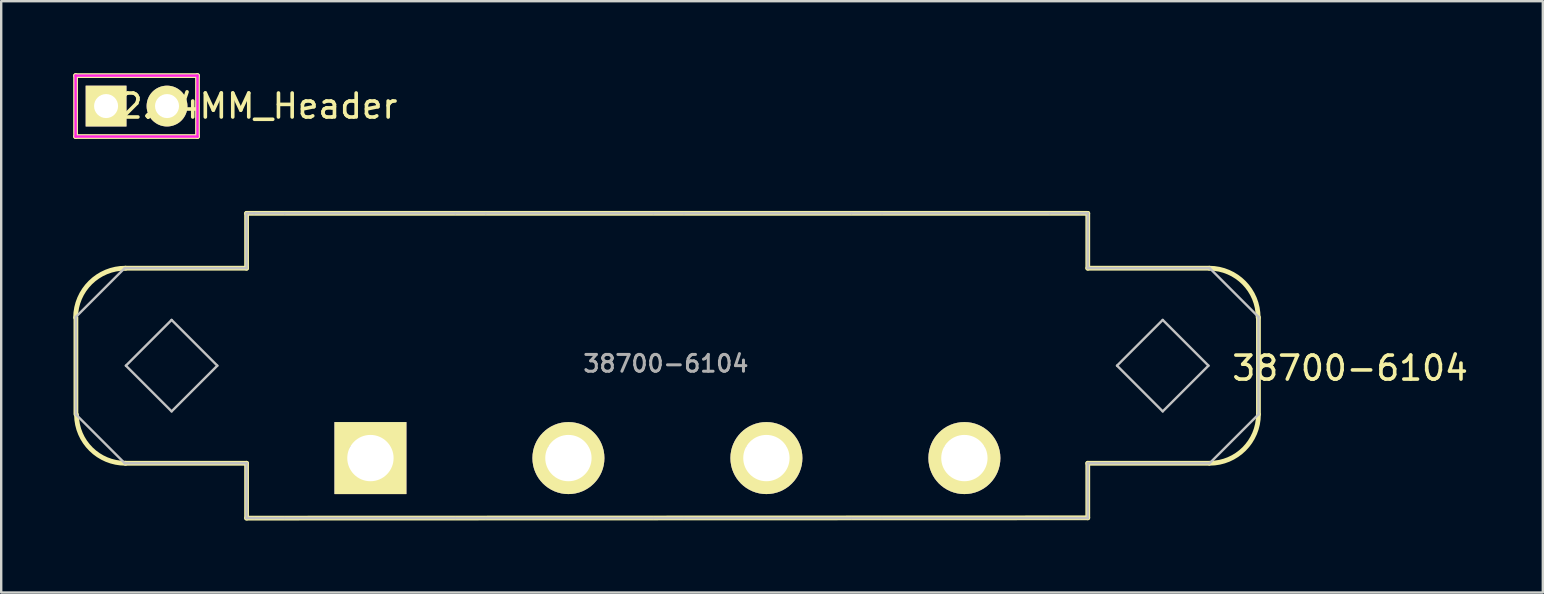
<source format=kicad_pcb>
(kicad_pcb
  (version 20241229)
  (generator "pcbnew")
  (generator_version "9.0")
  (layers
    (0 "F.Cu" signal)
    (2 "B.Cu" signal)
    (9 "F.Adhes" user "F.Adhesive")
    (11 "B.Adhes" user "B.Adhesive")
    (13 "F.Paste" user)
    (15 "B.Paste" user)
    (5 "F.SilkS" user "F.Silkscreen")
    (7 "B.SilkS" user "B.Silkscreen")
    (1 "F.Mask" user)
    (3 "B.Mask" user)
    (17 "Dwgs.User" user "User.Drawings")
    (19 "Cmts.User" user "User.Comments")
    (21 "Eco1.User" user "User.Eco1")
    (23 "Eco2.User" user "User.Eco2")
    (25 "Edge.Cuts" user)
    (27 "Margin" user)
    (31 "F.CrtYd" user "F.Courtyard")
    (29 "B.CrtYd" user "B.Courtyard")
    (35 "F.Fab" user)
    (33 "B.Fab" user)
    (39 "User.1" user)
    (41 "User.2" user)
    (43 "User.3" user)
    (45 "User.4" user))
  (footprint "2.54MM_Header"
    (layer "F.Cu")
    (at 2.64 1.37)
    (property "Reference" "2.54MM_Header" (at 5.08 0 0) (layer "F.SilkS") (effects (font (size 1 1) (thickness 0.15))))
    (attr through_hole)
    (fp_line (start -2.54 -1.27) (end 2.54 -1.27) (stroke (width 0.2) (type solid)) (layer "F.SilkS"))
    (fp_line (start -2.54 1.27) (end -2.54 -1.27) (stroke (width 0.2) (type solid)) (layer "F.SilkS"))
    (fp_line (start 2.54 -1.27) (end 2.54 1.27) (stroke (width 0.2) (type solid)) (layer "F.SilkS"))
    (fp_line (start 2.54 1.27) (end -2.54 1.27) (stroke (width 0.2) (type solid)) (layer "F.SilkS"))
    (fp_line (start -2.54 -1.27) (end 2.54 -1.27) (stroke (width 0.1) (type solid)) (layer "F.CrtYd"))
    (fp_line (start -2.54 1.27) (end -2.54 -1.27) (stroke (width 0.1) (type solid)) (layer "F.CrtYd"))
    (fp_line (start 2.54 -1.27) (end 2.54 1.27) (stroke (width 0.1) (type solid)) (layer "F.CrtYd"))
    (fp_line (start 2.54 1.27) (end -2.54 1.27) (stroke (width 0.1) (type solid)) (layer "F.CrtYd"))
    (pad "1" thru_hole rect (at -1.27 0) (size 1.7 1.7) (drill 1) (layers "*.Cu" "*.Mask" "F.SilkS"))
    (pad "2" thru_hole circle (at 1.27 0) (size 1.7 1.7) (drill 1) (layers "*.Cu" "*.Mask" "F.SilkS")))
  (footprint "38700-6104"
    (layer "F.Cu")
    (at 24.761 16.038)
    (property "Reference" "38700-6104" (at 28.448 -3.747 0) (layer "F.SilkS") (effects (font (size 1 1) (thickness 0.15))))
    (attr through_hole)
    (fp_line (start -24.648 -5.855) (end -24.648 -1.829) (stroke (width 0.2) (type solid)) (layer "F.SilkS"))
    (fp_line (start -22.591 0.216) (end -17.536 0.216) (stroke (width 0.2) (type solid)) (layer "F.SilkS"))
    (fp_line (start -17.536 -10.198) (end -17.536 -7.912) (stroke (width 0.2) (type solid)) (layer "F.SilkS"))
    (fp_line (start -17.536 -7.912) (end -22.591 -7.912) (stroke (width 0.2) (type solid)) (layer "F.SilkS"))
    (fp_line (start -17.536 0.216) (end -17.536 2.502) (stroke (width 0.2) (type solid)) (layer "F.SilkS"))
    (fp_line (start -17.536 2.502) (end 17.516 2.489) (stroke (width 0.2) (type solid)) (layer "F.SilkS"))
    (fp_line (start 17.516 -10.198) (end -17.536 -10.198) (stroke (width 0.2) (type solid)) (layer "F.SilkS"))
    (fp_line (start 17.516 -10.198) (end 17.516 -7.912) (stroke (width 0.2) (type solid)) (layer "F.SilkS"))
    (fp_line (start 17.516 -7.912) (end 22.57 -7.912) (stroke (width 0.2) (type solid)) (layer "F.SilkS"))
    (fp_line (start 17.516 0.216) (end 22.57 0.216) (stroke (width 0.2) (type solid)) (layer "F.SilkS"))
    (fp_line (start 17.516 2.489) (end 17.516 0.216) (stroke (width 0.2) (type solid)) (layer "F.SilkS"))
    (fp_line (start 24.628 -5.867) (end 24.628 -1.829) (stroke (width 0.2) (type solid)) (layer "F.SilkS"))
    (fp_arc (start -24.6609 -5.8547) (mid -24.045601 -7.314762) (end -22.5781 -7.9121) (stroke (width 0.2) (type solid)) (layer "F.SilkS"))
    (fp_arc (start -22.5781 0.2159) (mid -24.018661 -0.370279) (end -24.6228 -1.8034) (stroke (width 0.2) (type solid)) (layer "F.SilkS"))
    (fp_arc (start 22.5831 -7.9121) (mid 24.025201 -7.304241) (end 24.6151 -5.8547) (stroke (width 0.2) (type solid)) (layer "F.SilkS"))
    (fp_arc (start 24.6278 -1.8161) (mid 24.032641 -0.379259) (end 22.5958 0.2159) (stroke (width 0.2) (type solid)) (layer "F.SilkS"))
    (fp_line (start -24.648 -5.883) (end -24.648 -1.819) (stroke (width 0.1) (type solid)) (layer "Dwgs.User"))
    (fp_line (start -24.648 -5.883) (end -22.616 -7.915) (stroke (width 0.1) (type solid)) (layer "Dwgs.User"))
    (fp_line (start -22.616 0.213) (end -24.648 -1.819) (stroke (width 0.1) (type solid)) (layer "Dwgs.User"))
    (fp_line (start -22.616 0.213) (end -17.536 0.213) (stroke (width 0.1) (type solid)) (layer "Dwgs.User"))
    (fp_line (start -22.565 -3.851) (end -20.66 -5.756) (stroke (width 0.1) (type solid)) (layer "Dwgs.User"))
    (fp_line (start -20.66 -5.756) (end -18.755 -3.851) (stroke (width 0.1) (type solid)) (layer "Dwgs.User"))
    (fp_line (start -20.66 -1.946) (end -22.565 -3.851) (stroke (width 0.1) (type solid)) (layer "Dwgs.User"))
    (fp_line (start -18.755 -3.851) (end -20.66 -1.946) (stroke (width 0.1) (type solid)) (layer "Dwgs.User"))
    (fp_line (start -17.536 -10.201) (end -17.536 -7.915) (stroke (width 0.1) (type solid)) (layer "Dwgs.User"))
    (fp_line (start -17.536 -7.915) (end -22.616 -7.915) (stroke (width 0.1) (type solid)) (layer "Dwgs.User"))
    (fp_line (start -17.536 2.499) (end -17.536 0.213) (stroke (width 0.1) (type solid)) (layer "Dwgs.User"))
    (fp_line (start -17.536 2.499) (end -17.219 2.499) (stroke (width 0.1) (type solid)) (layer "Dwgs.User"))
    (fp_line (start -17.219 -10.201) (end -17.536 -10.201) (stroke (width 0.1) (type solid)) (layer "Dwgs.User"))
    (fp_line (start -17.219 2.499) (end -15.949 2.499) (stroke (width 0.1) (type solid)) (layer "Dwgs.User"))
    (fp_line (start -15.949 -10.201) (end -17.219 -10.201) (stroke (width 0.1) (type solid)) (layer "Dwgs.User"))
    (fp_line (start -15.949 2.499) (end -8.837 2.499) (stroke (width 0.1) (type solid)) (layer "Dwgs.User"))
    (fp_line (start -13.18 -0.447) (end -13.18 0.366) (stroke (width 0.1) (type solid)) (layer "Dwgs.User"))
    (fp_line (start -13.18 -0.447) (end -13.18 0.366) (stroke (width 0.1) (type solid)) (layer "Dwgs.User"))
    (fp_line (start -13.18 -0.447) (end -12.672 -0.447) (stroke (width 0.1) (type solid)) (layer "Dwgs.User"))
    (fp_line (start -12.672 -0.447) (end -12.672 0.366) (stroke (width 0.1) (type solid)) (layer "Dwgs.User"))
    (fp_line (start -12.672 0.366) (end -13.18 0.366) (stroke (width 0.1) (type solid)) (layer "Dwgs.User"))
    (fp_line (start -12.672 0.366) (end -12.113 0.366) (stroke (width 0.1) (type solid)) (layer "Dwgs.User"))
    (fp_line (start -12.113 -0.447) (end -12.672 -0.447) (stroke (width 0.1) (type solid)) (layer "Dwgs.User"))
    (fp_line (start -12.113 -0.447) (end -11.605 -0.447) (stroke (width 0.1) (type solid)) (layer "Dwgs.User"))
    (fp_line (start -12.113 0.366) (end -12.113 -0.447) (stroke (width 0.1) (type solid)) (layer "Dwgs.User"))
    (fp_line (start -11.605 -0.447) (end -13.18 -0.447) (stroke (width 0.1) (type solid)) (layer "Dwgs.User"))
    (fp_line (start -11.605 0.366) (end -12.113 0.366) (stroke (width 0.1) (type solid)) (layer "Dwgs.User"))
    (fp_line (start -11.605 0.366) (end -11.605 -0.447) (stroke (width 0.1) (type solid)) (layer "Dwgs.User"))
    (fp_line (start -11.605 0.366) (end -11.605 -0.447) (stroke (width 0.1) (type solid)) (layer "Dwgs.User"))
    (fp_line (start -8.837 -10.201) (end -15.949 -10.201) (stroke (width 0.1) (type solid)) (layer "Dwgs.User"))
    (fp_line (start -8.837 -10.201) (end -7.567 -10.201) (stroke (width 0.1) (type solid)) (layer "Dwgs.User"))
    (fp_line (start -7.567 2.499) (end -8.837 2.499) (stroke (width 0.1) (type solid)) (layer "Dwgs.User"))
    (fp_line (start -7.567 2.499) (end -0.582 2.499) (stroke (width 0.1) (type solid)) (layer "Dwgs.User"))
    (fp_line (start -4.925 -0.447) (end -4.925 0.366) (stroke (width 0.1) (type solid)) (layer "Dwgs.User"))
    (fp_line (start -4.925 -0.447) (end -4.417 -0.447) (stroke (width 0.1) (type solid)) (layer "Dwgs.User"))
    (fp_line (start -4.417 -0.447) (end -4.417 0.366) (stroke (width 0.1) (type solid)) (layer "Dwgs.User"))
    (fp_line (start -4.417 0.366) (end -4.925 0.366) (stroke (width 0.1) (type solid)) (layer "Dwgs.User"))
    (fp_line (start -4.417 0.366) (end -3.858 0.366) (stroke (width 0.1) (type solid)) (layer "Dwgs.User"))
    (fp_line (start -3.858 -0.447) (end -4.417 -0.447) (stroke (width 0.1) (type solid)) (layer "Dwgs.User"))
    (fp_line (start -3.858 -0.447) (end -3.35 -0.447) (stroke (width 0.1) (type solid)) (layer "Dwgs.User"))
    (fp_line (start -3.858 0.366) (end -3.858 -0.447) (stroke (width 0.1) (type solid)) (layer "Dwgs.User"))
    (fp_line (start -3.35 -0.447) (end -4.925 -0.447) (stroke (width 0.1) (type solid)) (layer "Dwgs.User"))
    (fp_line (start -3.35 0.366) (end -3.858 0.366) (stroke (width 0.1) (type solid)) (layer "Dwgs.User"))
    (fp_line (start -3.35 0.366) (end -3.35 -0.447) (stroke (width 0.1) (type solid)) (layer "Dwgs.User"))
    (fp_line (start -0.582 -10.201) (end -7.567 -10.201) (stroke (width 0.1) (type solid)) (layer "Dwgs.User"))
    (fp_line (start -0.582 -10.201) (end 0.688 -10.201) (stroke (width 0.1) (type solid)) (layer "Dwgs.User"))
    (fp_line (start 0.688 2.499) (end -0.582 2.499) (stroke (width 0.1) (type solid)) (layer "Dwgs.User"))
    (fp_line (start 0.688 2.499) (end 7.673 2.499) (stroke (width 0.1) (type solid)) (layer "Dwgs.User"))
    (fp_line (start 3.33 -0.447) (end 3.33 0.366) (stroke (width 0.1) (type solid)) (layer "Dwgs.User"))
    (fp_line (start 3.33 -0.447) (end 3.838 -0.447) (stroke (width 0.1) (type solid)) (layer "Dwgs.User"))
    (fp_line (start 3.838 -0.447) (end 3.838 0.366) (stroke (width 0.1) (type solid)) (layer "Dwgs.User"))
    (fp_line (start 3.838 0.366) (end 3.33 0.366) (stroke (width 0.1) (type solid)) (layer "Dwgs.User"))
    (fp_line (start 3.838 0.366) (end 4.397 0.366) (stroke (width 0.1) (type solid)) (layer "Dwgs.User"))
    (fp_line (start 4.397 -0.447) (end 3.838 -0.447) (stroke (width 0.1) (type solid)) (layer "Dwgs.User"))
    (fp_line (start 4.397 -0.447) (end 4.905 -0.447) (stroke (width 0.1) (type solid)) (layer "Dwgs.User"))
    (fp_line (start 4.397 0.366) (end 4.397 -0.447) (stroke (width 0.1) (type solid)) (layer "Dwgs.User"))
    (fp_line (start 4.905 -0.447) (end 3.33 -0.447) (stroke (width 0.1) (type solid)) (layer "Dwgs.User"))
    (fp_line (start 4.905 0.366) (end 4.397 0.366) (stroke (width 0.1) (type solid)) (layer "Dwgs.User"))
    (fp_line (start 4.905 0.366) (end 4.905 -0.447) (stroke (width 0.1) (type solid)) (layer "Dwgs.User"))
    (fp_line (start 7.673 -10.201) (end 0.688 -10.201) (stroke (width 0.1) (type solid)) (layer "Dwgs.User"))
    (fp_line (start 7.673 -10.201) (end 8.943 -10.201) (stroke (width 0.1) (type solid)) (layer "Dwgs.User"))
    (fp_line (start 8.943 2.499) (end 7.673 2.499) (stroke (width 0.1) (type solid)) (layer "Dwgs.User"))
    (fp_line (start 8.943 2.499) (end 15.928 2.499) (stroke (width 0.1) (type solid)) (layer "Dwgs.User"))
    (fp_line (start 11.585 -0.447) (end 11.585 0.366) (stroke (width 0.1) (type solid)) (layer "Dwgs.User"))
    (fp_line (start 11.585 -0.447) (end 11.585 0.366) (stroke (width 0.1) (type solid)) (layer "Dwgs.User"))
    (fp_line (start 11.585 -0.447) (end 12.093 -0.447) (stroke (width 0.1) (type solid)) (layer "Dwgs.User"))
    (fp_line (start 12.093 -0.447) (end 12.093 0.366) (stroke (width 0.1) (type solid)) (layer "Dwgs.User"))
    (fp_line (start 12.093 0.366) (end 11.585 0.366) (stroke (width 0.1) (type solid)) (layer "Dwgs.User"))
    (fp_line (start 12.093 0.366) (end 12.652 0.366) (stroke (width 0.1) (type solid)) (layer "Dwgs.User"))
    (fp_line (start 12.652 -0.447) (end 12.093 -0.447) (stroke (width 0.1) (type solid)) (layer "Dwgs.User"))
    (fp_line (start 12.652 -0.447) (end 13.16 -0.447) (stroke (width 0.1) (type solid)) (layer "Dwgs.User"))
    (fp_line (start 12.652 0.366) (end 12.652 -0.447) (stroke (width 0.1) (type solid)) (layer "Dwgs.User"))
    (fp_line (start 13.16 -0.447) (end 11.585 -0.447) (stroke (width 0.1) (type solid)) (layer "Dwgs.User"))
    (fp_line (start 13.16 0.366) (end 12.652 0.366) (stroke (width 0.1) (type solid)) (layer "Dwgs.User"))
    (fp_line (start 13.16 0.366) (end 13.16 -0.447) (stroke (width 0.1) (type solid)) (layer "Dwgs.User"))
    (fp_line (start 13.16 0.366) (end 13.16 -0.447) (stroke (width 0.1) (type solid)) (layer "Dwgs.User"))
    (fp_line (start 15.928 -10.201) (end 8.943 -10.201) (stroke (width 0.1) (type solid)) (layer "Dwgs.User"))
    (fp_line (start 15.928 -10.201) (end 17.198 -10.201) (stroke (width 0.1) (type solid)) (layer "Dwgs.User"))
    (fp_line (start 17.198 2.499) (end 15.928 2.499) (stroke (width 0.1) (type solid)) (layer "Dwgs.User"))
    (fp_line (start 17.198 2.499) (end 17.516 2.499) (stroke (width 0.1) (type solid)) (layer "Dwgs.User"))
    (fp_line (start 17.516 -10.201) (end 17.198 -10.201) (stroke (width 0.1) (type solid)) (layer "Dwgs.User"))
    (fp_line (start 17.516 -10.201) (end 17.516 -7.915) (stroke (width 0.1) (type solid)) (layer "Dwgs.User"))
    (fp_line (start 17.516 2.499) (end 17.516 0.213) (stroke (width 0.1) (type solid)) (layer "Dwgs.User"))
    (fp_line (start 18.735 -3.851) (end 20.64 -5.756) (stroke (width 0.1) (type solid)) (layer "Dwgs.User"))
    (fp_line (start 20.64 -5.756) (end 22.545 -3.851) (stroke (width 0.1) (type solid)) (layer "Dwgs.User"))
    (fp_line (start 20.64 -1.946) (end 18.735 -3.851) (stroke (width 0.1) (type solid)) (layer "Dwgs.User"))
    (fp_line (start 22.545 -3.851) (end 20.64 -1.946) (stroke (width 0.1) (type solid)) (layer "Dwgs.User"))
    (fp_line (start 22.596 -7.915) (end 17.516 -7.915) (stroke (width 0.1) (type solid)) (layer "Dwgs.User"))
    (fp_line (start 22.596 -7.915) (end 24.628 -5.883) (stroke (width 0.1) (type solid)) (layer "Dwgs.User"))
    (fp_line (start 22.596 0.213) (end 17.516 0.213) (stroke (width 0.1) (type solid)) (layer "Dwgs.User"))
    (fp_line (start 24.628 -5.883) (end 24.628 -1.819) (stroke (width 0.1) (type solid)) (layer "Dwgs.User"))
    (fp_line (start 24.628 -1.819) (end 22.596 0.213) (stroke (width 0.1) (type solid)) (layer "Dwgs.User"))
    (fp_text user "${REFERENCE}" (at -0.064 -3.937 0) (layer "F.Fab") (effects (font (size 0.7 0.7) (thickness 0.125))))
    (pad "1" thru_hole rect (at -12.375 0) (size 3 3) (drill 1.93) (layers "*.Cu" "*.Mask" "F.SilkS"))
    (pad "2" thru_hole circle (at -4.125 0) (size 3 3) (drill 1.93) (layers "*.Cu" "*.Mask" "F.SilkS"))
    (pad "3" thru_hole circle (at 4.125 0) (size 3 3) (drill 1.93) (layers "*.Cu" "*.Mask" "F.SilkS"))
    (pad "4" thru_hole circle (at 12.375 0) (size 3 3) (drill 1.93) (layers "*.Cu" "*.Mask" "F.SilkS")))
  (gr_rect
    (start -3 -3)
    (end 61.239 21.64)
    (stroke (width 0.1) (type default))
    (fill no)
    (layer "Edge.Cuts")))
</source>
